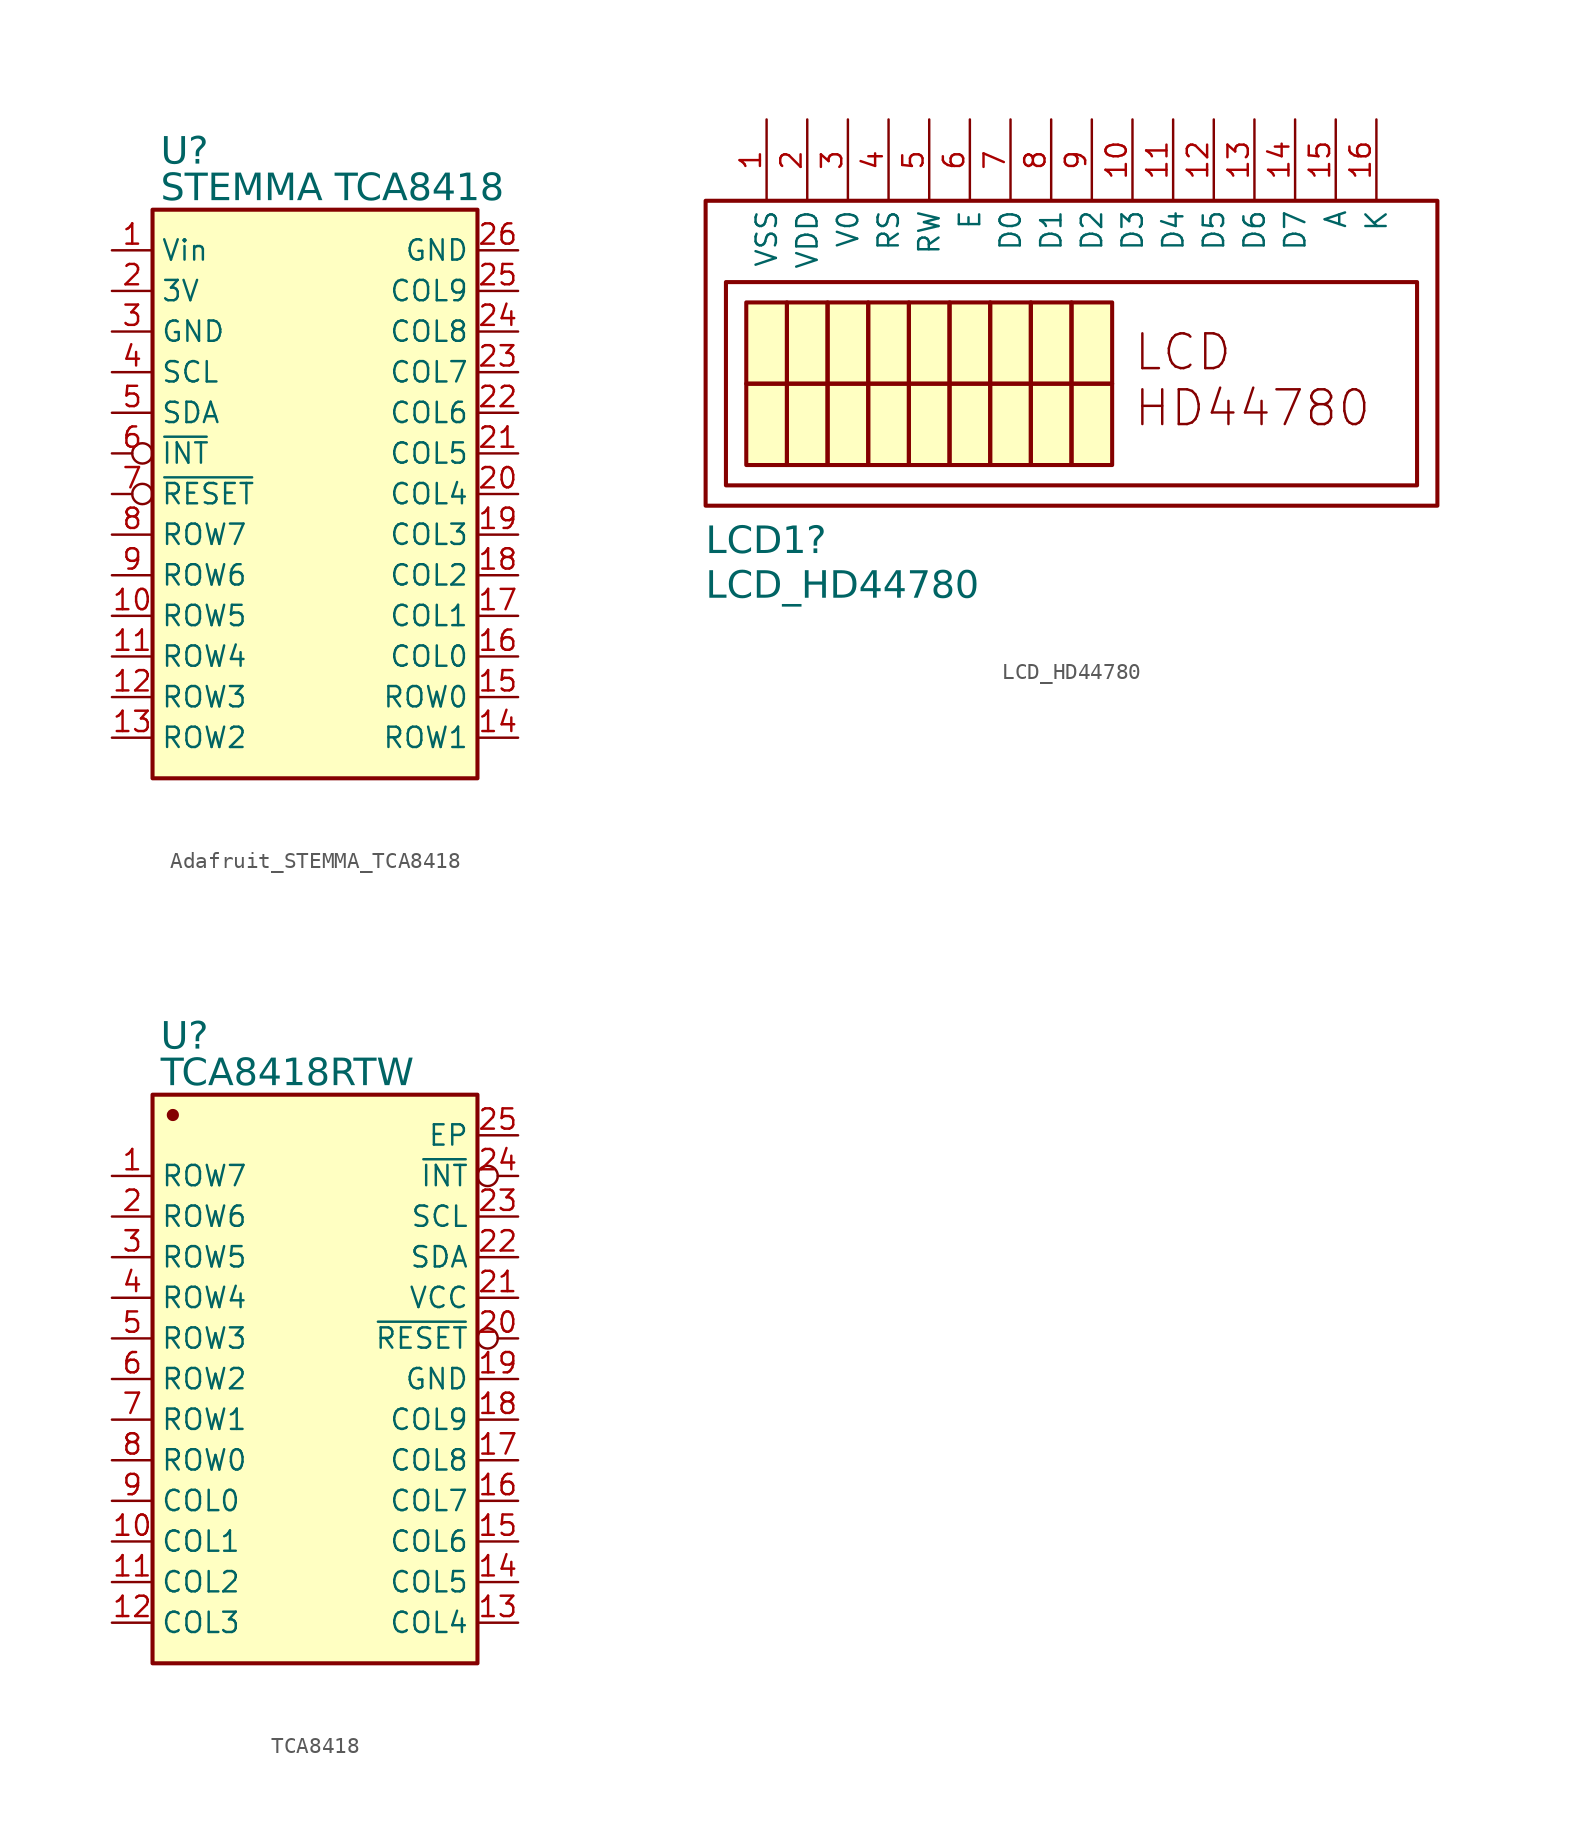
<source format=kicad_sym>
(kicad_symbol_lib
  (version 20231120)
  (generator "kicad_symbol_editor")
  (generator_version "8.0")
  (symbol "Adafruit_STEMMA_TCA8418"
    (property "Reference" "U"
      (at -9.652 22.352 0)
      (effects (font (face "Arial") (size 1.689 1.689)) (justify left top)))
    (property "Value" "STEMMA TCA8418"
      (at -9.652 20.066 0)
      (effects (font (face "Arial") (size 1.689 1.689)) (justify left top)))
    (symbol "Adafruit_STEMMA_TCA8418_0_0"
      (pin bidirectional line (at 12.7 -12.7 180) (length 2.54) (name "ROW0" (effects (font (size 1.27 1.27)))) (number "15" (effects (font (size 1.27 1.27)))))
      (pin bidirectional line (at 12.7 -10.16 180) (length 2.54) (name "COL0" (effects (font (size 1.27 1.27)))) (number "16" (effects (font (size 1.27 1.27)))))
      (pin bidirectional line (at 12.7 -7.62 180) (length 2.54) (name "COL1" (effects (font (size 1.27 1.27)))) (number "17" (effects (font (size 1.27 1.27)))))
      (pin bidirectional line (at 12.7 -5.08 180) (length 2.54) (name "COL2" (effects (font (size 1.27 1.27)))) (number "18" (effects (font (size 1.27 1.27)))))
      (pin bidirectional line (at 12.7 -2.54 180) (length 2.54) (name "COL3" (effects (font (size 1.27 1.27)))) (number "19" (effects (font (size 1.27 1.27)))))
      (pin bidirectional line (at 12.7 0 180) (length 2.54) (name "COL4" (effects (font (size 1.27 1.27)))) (number "20" (effects (font (size 1.27 1.27)))))
      (pin bidirectional line (at 12.7 2.54 180) (length 2.54) (name "COL5" (effects (font (size 1.27 1.27)))) (number "21" (effects (font (size 1.27 1.27)))))
      (pin bidirectional line (at 12.7 5.08 180) (length 2.54) (name "COL6" (effects (font (size 1.27 1.27)))) (number "22" (effects (font (size 1.27 1.27)))))
      (pin bidirectional line (at 12.7 7.62 180) (length 2.54) (name "COL7" (effects (font (size 1.27 1.27)))) (number "23" (effects (font (size 1.27 1.27)))))
      (pin bidirectional line (at 12.7 10.16 180) (length 2.54) (name "COL8" (effects (font (size 1.27 1.27)))) (number "24" (effects (font (size 1.27 1.27)))))
      (pin bidirectional line (at 12.7 12.7 180) (length 2.54) (name "COL9" (effects (font (size 1.27 1.27)))) (number "25" (effects (font (size 1.27 1.27))))))
    (symbol "Adafruit_STEMMA_TCA8418_1_0"
      (rectangle (start -10.16 17.78) (end 10.16 -17.78) (stroke (width 0.254) (type solid)) (fill (type background)))
      (pin power_in line (at -12.7 15.24 0) (length 2.54) (name "Vin" (effects (font (size 1.27 1.27)))) (number "1" (effects (font (size 1.27 1.27)))))
      (pin bidirectional line (at -12.7 -7.62 0) (length 2.54) (name "ROW5" (effects (font (size 1.27 1.27)))) (number "10" (effects (font (size 1.27 1.27)))))
      (pin bidirectional line (at -12.7 -10.16 0) (length 2.54) (name "ROW4" (effects (font (size 1.27 1.27)))) (number "11" (effects (font (size 1.27 1.27)))))
      (pin bidirectional line (at -12.7 -12.7 0) (length 2.54) (name "ROW3" (effects (font (size 1.27 1.27)))) (number "12" (effects (font (size 1.27 1.27)))))
      (pin bidirectional line (at -12.7 -15.24 0) (length 2.54) (name "ROW2" (effects (font (size 1.27 1.27)))) (number "13" (effects (font (size 1.27 1.27)))))
      (pin bidirectional line (at 12.7 -15.24 180) (length 2.54) (name "ROW1" (effects (font (size 1.27 1.27)))) (number "14" (effects (font (size 1.27 1.27)))))
      (pin power_in line (at -12.7 12.7 0) (length 2.54) (name "3V" (effects (font (size 1.27 1.27)))) (number "2" (effects (font (size 1.27 1.27)))))
      (pin power_in line (at 12.7 15.24 180) (length 2.54) (name "GND" (effects (font (size 1.27 1.27)))) (number "26" (effects (font (size 1.27 1.27)))))
      (pin power_in line (at -12.7 10.16 0) (length 2.54) (name "GND" (effects (font (size 1.27 1.27)))) (number "3" (effects (font (size 1.27 1.27)))))
      (pin output line (at -12.7 7.62 0) (length 2.54) (name "SCL" (effects (font (size 1.27 1.27)))) (number "4" (effects (font (size 1.27 1.27)))))
      (pin bidirectional line (at -12.7 5.08 0) (length 2.54) (name "SDA" (effects (font (size 1.27 1.27)))) (number "5" (effects (font (size 1.27 1.27)))))
      (pin open_collector inverted (at -12.7 2.54 0) (length 2.54) (name "~{INT}" (effects (font (size 1.27 1.27)))) (number "6" (effects (font (size 1.27 1.27)))))
      (pin input inverted (at -12.7 0 0) (length 2.54) (name "~{RESET}" (effects (font (size 1.27 1.27)))) (number "7" (effects (font (size 1.27 1.27)))))
      (pin bidirectional line (at -12.7 -2.54 0) (length 2.54) (name "ROW7" (effects (font (size 1.27 1.27)))) (number "8" (effects (font (size 1.27 1.27)))))
      (pin bidirectional line (at -12.7 -5.08 0) (length 2.54) (name "ROW6" (effects (font (size 1.27 1.27)))) (number "9" (effects (font (size 1.27 1.27)))))))
  (symbol "LCD_HD44780"
    (property "Reference" "LCD1"
      (at -22.86 -25.4 0)
      (effects (font (face "Arial") (size 1.689 1.689)) (justify left top)))
    (property "Value" "LCD_HD44780"
      (at -22.86 -28.194 0)
      (effects (font (face "Arial") (size 1.689 1.689)) (justify left top)))
    (symbol "LCD_HD44780_0_0"
      (rectangle (start -22.86 -5.08) (end 22.86 -24.13) (stroke (width 0.254) (type solid)) (fill (type none)))
      (rectangle (start -21.59 -10.16) (end 21.59 -22.86) (stroke (width 0.254) (type solid)) (fill (type none)))
      (rectangle (start -20.32 -16.51) (end -17.78 -21.59) (stroke (width 0.254) (type solid)) (fill (type background)))
      (rectangle (start -20.32 -11.43) (end -17.78 -16.51) (stroke (width 0.254) (type solid)) (fill (type background)))
      (rectangle (start -17.78 -16.51) (end -15.24 -21.59) (stroke (width 0.254) (type solid)) (fill (type background)))
      (rectangle (start -17.78 -11.43) (end -15.24 -16.51) (stroke (width 0.254) (type solid)) (fill (type background)))
      (rectangle (start -15.24 -16.51) (end -12.7 -21.59) (stroke (width 0.254) (type solid)) (fill (type background)))
      (rectangle (start -15.24 -11.43) (end -12.7 -16.51) (stroke (width 0.254) (type solid)) (fill (type background)))
      (rectangle (start -12.7 -16.51) (end -10.16 -21.59) (stroke (width 0.254) (type solid)) (fill (type background)))
      (rectangle (start -12.7 -11.43) (end -10.16 -16.51) (stroke (width 0.254) (type solid)) (fill (type background)))
      (rectangle (start -10.16 -16.51) (end -7.62 -21.59) (stroke (width 0.254) (type solid)) (fill (type background)))
      (rectangle (start -10.16 -11.43) (end -7.62 -16.51) (stroke (width 0.254) (type solid)) (fill (type background)))
      (rectangle (start -7.62 -16.51) (end -5.08 -21.59) (stroke (width 0.254) (type solid)) (fill (type background)))
      (rectangle (start -7.62 -11.43) (end -5.08 -16.51) (stroke (width 0.254) (type solid)) (fill (type background)))
      (rectangle (start -5.08 -16.51) (end -2.54 -21.59) (stroke (width 0.254) (type solid)) (fill (type background)))
      (rectangle (start -5.08 -11.43) (end -2.54 -16.51) (stroke (width 0.254) (type solid)) (fill (type background)))
      (rectangle (start -2.54 -16.51) (end 0 -21.59) (stroke (width 0.254) (type solid)) (fill (type background)))
      (rectangle (start -2.54 -11.43) (end 0 -16.51) (stroke (width 0.254) (type solid)) (fill (type background)))
      (rectangle (start 0 -16.51) (end 2.54 -21.59) (stroke (width 0.254) (type solid)) (fill (type background)))
      (rectangle (start 0 -11.43) (end 2.54 -16.51) (stroke (width 0.254) (type solid)) (fill (type background)))
      (pin unspecified line (at -19.05 0 270) (length 5.08) (name "VSS" (effects (font (size 1.27 1.27)))) (number "1" (effects (font (size 1.27 1.27)))))
      (pin unspecified line (at 3.81 0 270) (length 5.08) (name "D3" (effects (font (size 1.27 1.27)))) (number "10" (effects (font (size 1.27 1.27)))))
      (pin unspecified line (at 6.35 0 270) (length 5.08) (name "D4" (effects (font (size 1.27 1.27)))) (number "11" (effects (font (size 1.27 1.27)))))
      (pin unspecified line (at 8.89 0 270) (length 5.08) (name "D5" (effects (font (size 1.27 1.27)))) (number "12" (effects (font (size 1.27 1.27)))))
      (pin unspecified line (at 11.43 0 270) (length 5.08) (name "D6" (effects (font (size 1.27 1.27)))) (number "13" (effects (font (size 1.27 1.27)))))
      (pin unspecified line (at 13.97 0 270) (length 5.08) (name "D7" (effects (font (size 1.27 1.27)))) (number "14" (effects (font (size 1.27 1.27)))))
      (pin unspecified line (at 16.51 0 270) (length 5.08) (name "A" (effects (font (size 1.27 1.27)))) (number "15" (effects (font (size 1.27 1.27)))))
      (pin unspecified line (at 19.05 0 270) (length 5.08) (name "K" (effects (font (size 1.27 1.27)))) (number "16" (effects (font (size 1.27 1.27)))))
      (pin unspecified line (at -16.51 0 270) (length 5.08) (name "VDD" (effects (font (size 1.27 1.27)))) (number "2" (effects (font (size 1.27 1.27)))))
      (pin unspecified line (at -13.97 0 270) (length 5.08) (name "V0" (effects (font (size 1.27 1.27)))) (number "3" (effects (font (size 1.27 1.27)))))
      (pin unspecified line (at -11.43 0 270) (length 5.08) (name "RS" (effects (font (size 1.27 1.27)))) (number "4" (effects (font (size 1.27 1.27)))))
      (pin unspecified line (at -8.89 0 270) (length 5.08) (name "RW" (effects (font (size 1.27 1.27)))) (number "5" (effects (font (size 1.27 1.27)))))
      (pin unspecified line (at -6.35 0 270) (length 5.08) (name "E" (effects (font (size 1.27 1.27)))) (number "6" (effects (font (size 1.27 1.27)))))
      (pin unspecified line (at -3.81 0 270) (length 5.08) (name "D0" (effects (font (size 1.27 1.27)))) (number "7" (effects (font (size 1.27 1.27)))))
      (pin unspecified line (at -1.27 0 270) (length 5.08) (name "D1" (effects (font (size 1.27 1.27)))) (number "8" (effects (font (size 1.27 1.27)))))
      (pin unspecified line (at 1.27 0 270) (length 5.08) (name "D2" (effects (font (size 1.27 1.27)))) (number "9" (effects (font (size 1.27 1.27))))))
    (symbol "LCD_HD44780_1_0"
      (text "LCD\nHD44780" (at 3.81 -19.304 0) (effects (font (face "KiCad Font") (size 2.172 2.172)) (justify left bottom)))))
  (symbol "TCA8418"
    (property "Reference" "U"
      (at -9.652 22.352 0)
      (effects (font (face "Arial") (size 1.689 1.689)) (justify left top)))
    (property "Value" "TCA8418RTW"
      (at -9.652 20.066 0)
      (effects (font (face "Arial") (size 1.689 1.689)) (justify left top)))
    (symbol "TCA8418_0_0"
      (circle (center -8.89 16.51) (radius 0.254) (stroke (width 0.254) (type solid)) (fill (type outline)))
      (pin bidirectional line (at -12.7 -10.16 0) (length 2.54) (name "COL1" (effects (font (size 1.27 1.27)))) (number "10" (effects (font (size 1.27 1.27)))))
      (pin bidirectional line (at -12.7 -12.7 0) (length 2.54) (name "COL2" (effects (font (size 1.27 1.27)))) (number "11" (effects (font (size 1.27 1.27)))))
      (pin bidirectional line (at -12.7 -15.24 0) (length 2.54) (name "COL3" (effects (font (size 1.27 1.27)))) (number "12" (effects (font (size 1.27 1.27)))))
      (pin bidirectional line (at 12.7 -15.24 180) (length 2.54) (name "COL4" (effects (font (size 1.27 1.27)))) (number "13" (effects (font (size 1.27 1.27)))))
      (pin bidirectional line (at 12.7 -12.7 180) (length 2.54) (name "COL5" (effects (font (size 1.27 1.27)))) (number "14" (effects (font (size 1.27 1.27)))))
      (pin bidirectional line (at 12.7 -10.16 180) (length 2.54) (name "COL6" (effects (font (size 1.27 1.27)))) (number "15" (effects (font (size 1.27 1.27)))))
      (pin bidirectional line (at 12.7 -7.62 180) (length 2.54) (name "COL7" (effects (font (size 1.27 1.27)))) (number "16" (effects (font (size 1.27 1.27)))))
      (pin bidirectional line (at 12.7 -5.08 180) (length 2.54) (name "COL8" (effects (font (size 1.27 1.27)))) (number "17" (effects (font (size 1.27 1.27)))))
      (pin bidirectional line (at 12.7 -2.54 180) (length 2.54) (name "COL9" (effects (font (size 1.27 1.27)))) (number "18" (effects (font (size 1.27 1.27)))))
      (pin power_in line (at 12.7 0 180) (length 2.54) (name "GND" (effects (font (size 1.27 1.27)))) (number "19" (effects (font (size 1.27 1.27)))))
      (pin bidirectional line (at -12.7 10.16 0) (length 2.54) (name "ROW6" (effects (font (size 1.27 1.27)))) (number "2" (effects (font (size 1.27 1.27)))))
      (pin power_in line (at 12.7 5.08 180) (length 2.54) (name "VCC" (effects (font (size 1.27 1.27)))) (number "21" (effects (font (size 1.27 1.27)))))
      (pin bidirectional line (at -12.7 7.62 0) (length 2.54) (name "ROW5" (effects (font (size 1.27 1.27)))) (number "3" (effects (font (size 1.27 1.27)))))
      (pin bidirectional line (at -12.7 5.08 0) (length 2.54) (name "ROW4" (effects (font (size 1.27 1.27)))) (number "4" (effects (font (size 1.27 1.27)))))
      (pin bidirectional line (at -12.7 2.54 0) (length 2.54) (name "ROW3" (effects (font (size 1.27 1.27)))) (number "5" (effects (font (size 1.27 1.27)))))
      (pin bidirectional line (at -12.7 0 0) (length 2.54) (name "ROW2" (effects (font (size 1.27 1.27)))) (number "6" (effects (font (size 1.27 1.27)))))
      (pin bidirectional line (at -12.7 -2.54 0) (length 2.54) (name "ROW1" (effects (font (size 1.27 1.27)))) (number "7" (effects (font (size 1.27 1.27)))))
      (pin bidirectional line (at -12.7 -5.08 0) (length 2.54) (name "ROW0" (effects (font (size 1.27 1.27)))) (number "8" (effects (font (size 1.27 1.27)))))
      (pin bidirectional line (at -12.7 -7.62 0) (length 2.54) (name "COL0" (effects (font (size 1.27 1.27)))) (number "9" (effects (font (size 1.27 1.27))))))
    (symbol "TCA8418_1_0"
      (rectangle (start -10.16 17.78) (end 10.16 -17.78) (stroke (width 0.254) (type solid)) (fill (type background)))
      (pin bidirectional line (at -12.7 12.7 0) (length 2.54) (name "ROW7" (effects (font (size 1.27 1.27)))) (number "1" (effects (font (size 1.27 1.27)))))
      (pin input inverted (at 12.7 2.54 180) (length 2.54) (name "~{RESET}" (effects (font (size 1.27 1.27)))) (number "20" (effects (font (size 1.27 1.27)))))
      (pin bidirectional line (at 12.7 7.62 180) (length 2.54) (name "SDA" (effects (font (size 1.27 1.27)))) (number "22" (effects (font (size 1.27 1.27)))))
      (pin output line (at 12.7 10.16 180) (length 2.54) (name "SCL" (effects (font (size 1.27 1.27)))) (number "23" (effects (font (size 1.27 1.27)))))
      (pin open_collector inverted (at 12.7 12.7 180) (length 2.54) (name "~{INT}" (effects (font (size 1.27 1.27)))) (number "24" (effects (font (size 1.27 1.27)))))
      (pin passive line (at 12.7 15.24 180) (length 2.54) (name "EP" (effects (font (size 1.27 1.27)))) (number "25" (effects (font (size 1.27 1.27))))))))
</source>
